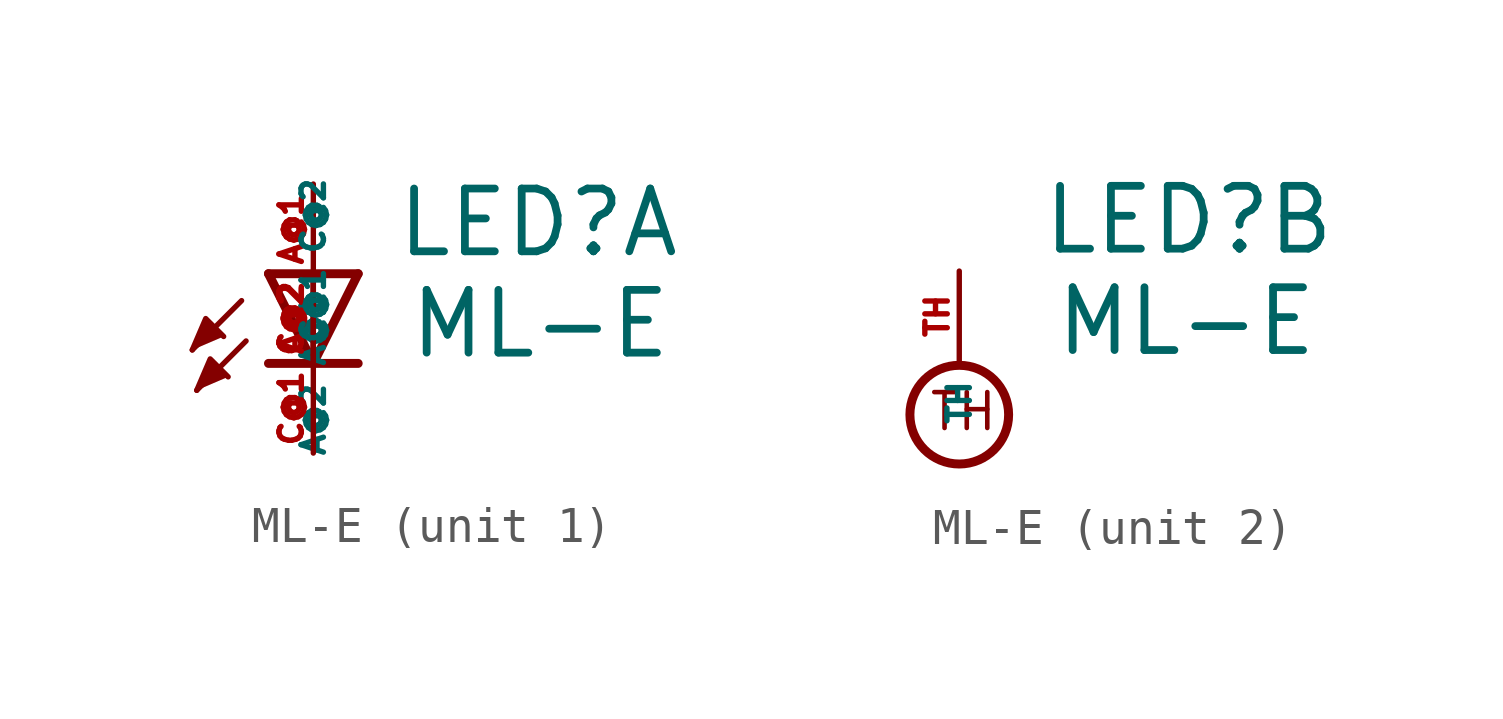
<source format=kicad_sym>
(kicad_symbol_lib
  (version 20220914)
  (generator kicad_symbol_editor)
  (symbol "ML-E"
    (property "Reference" "LED"
      (at 2.286 2.946 0)
      (effects (font (size 1.778 1.778) (thickness 0.22)) (justify left bottom)))
    (property "Value" "ML-E"
      (at 2.642 0.076 0)
      (effects (font (size 1.778 1.778) (thickness 0.22)) (justify left bottom)))
    (symbol "ML-E_1_0"
      (polyline (pts (xy -2.032 1.778) (xy -3.429 0.381)) (stroke (width 0.152) (type default)) (fill (type none)))
      (polyline (pts (xy -1.905 0.635) (xy -3.302 -0.762)) (stroke (width 0.152) (type default)) (fill (type none)))
      (polyline (pts (xy 0 0) (xy -1.27 0)) (stroke (width 0.254) (type default)) (fill (type none)))
      (polyline (pts (xy 0 0) (xy -1.27 2.54)) (stroke (width 0.254) (type default)) (fill (type none)))
      (polyline (pts (xy 0 2.54) (xy -1.27 2.54)) (stroke (width 0.254) (type default)) (fill (type none)))
      (polyline (pts (xy 0 2.54) (xy 0 0)) (stroke (width 0.152) (type default)) (fill (type none)))
      (polyline (pts (xy 1.27 0) (xy 0 0)) (stroke (width 0.254) (type default)) (fill (type none)))
      (polyline (pts (xy 1.27 2.54) (xy 0 0)) (stroke (width 0.254) (type default)) (fill (type none)))
      (polyline (pts (xy 1.27 2.54) (xy 0 2.54)) (stroke (width 0.254) (type default)) (fill (type none)))
      (polyline (pts (xy -3.429 0.381) (xy -3.048 1.27) (xy -2.54 0.762)) (stroke (width 0.152) (type default)) (fill (type outline)))
      (polyline (pts (xy -3.302 -0.762) (xy -2.921 0.127) (xy -2.413 -0.381)) (stroke (width 0.152) (type default)) (fill (type outline)))
      (pin passive line (at 0 5.08 270) (length 2.54) (name "A@1" (effects (font (size 0.635 0.635)))) (number "A@1" (effects (font (size 0.635 0.635)))))
      (pin passive line (at 0 2.54 270) (length 2.54) (name "A@2" (effects (font (size 0.635 0.635)))) (number "A@2" (effects (font (size 0.635 0.635)))))
      (pin passive line (at 0 -2.54 90) (length 2.54) (name "C@1" (effects (font (size 0.635 0.635)))) (number "C@1" (effects (font (size 0.635 0.635)))))
      (pin passive line (at 0 0 90) (length 2.54) (name "C@2" (effects (font (size 0.635 0.635)))) (number "C@2" (effects (font (size 0.635 0.635))))))
    (symbol "ML-E_2_0"
      (circle (center 0 -1.524) (radius 1.397) (stroke (width 0.254) (type default)) (fill (type none)))
      (text "TH" (at -0.889 -2.032 0) (effects (font (size 1.016 1.016) (thickness 0.13)) (justify left bottom)))
      (pin passive line (at 0 2.54 270) (length 2.54) (name "TH" (effects (font (size 0.635 0.635)))) (number "TH" (effects (font (size 0.635 0.635))))))))
</source>
